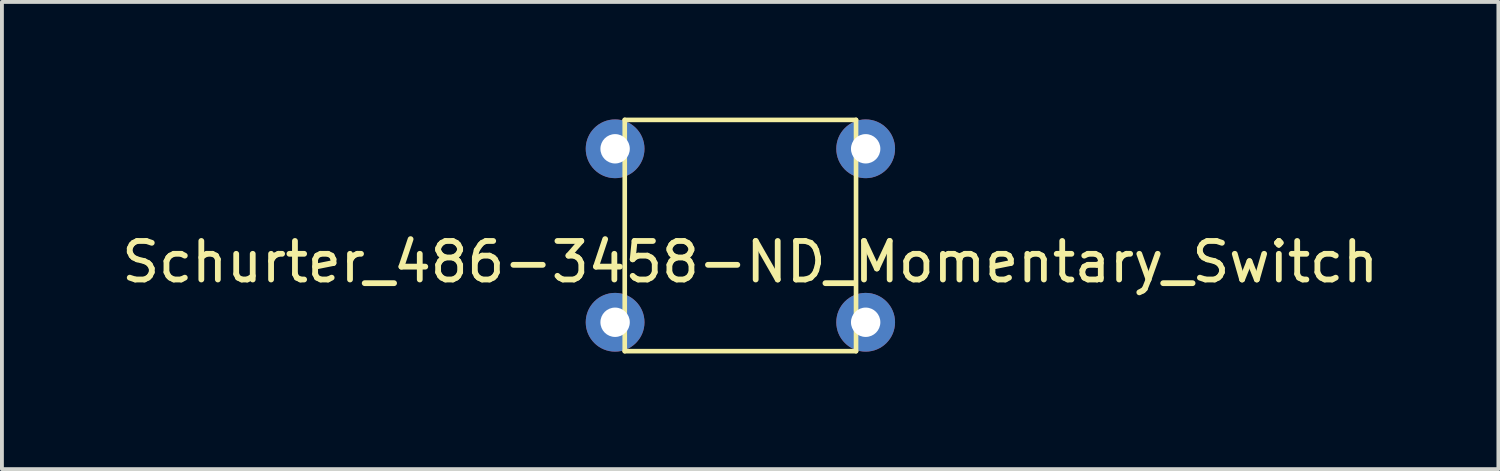
<source format=kicad_pcb>
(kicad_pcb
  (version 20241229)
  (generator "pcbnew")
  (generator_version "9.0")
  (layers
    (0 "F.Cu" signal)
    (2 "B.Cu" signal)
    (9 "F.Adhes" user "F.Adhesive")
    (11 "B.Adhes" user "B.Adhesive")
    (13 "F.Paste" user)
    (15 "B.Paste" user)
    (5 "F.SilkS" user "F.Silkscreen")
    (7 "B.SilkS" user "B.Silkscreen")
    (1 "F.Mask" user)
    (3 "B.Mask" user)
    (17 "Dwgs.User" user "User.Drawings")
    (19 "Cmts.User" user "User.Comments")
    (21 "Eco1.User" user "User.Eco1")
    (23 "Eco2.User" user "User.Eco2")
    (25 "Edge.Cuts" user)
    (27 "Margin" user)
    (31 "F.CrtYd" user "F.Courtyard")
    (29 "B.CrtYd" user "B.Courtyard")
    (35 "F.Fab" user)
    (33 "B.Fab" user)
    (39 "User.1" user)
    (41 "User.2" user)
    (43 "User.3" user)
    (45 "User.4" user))
  (footprint "Schurter_486-3458-ND_Momentary_Switch"
    (layer "F.Cu")
    (at 16.157 3.06)
    (property "Reference" "Schurter_486-3458-ND_Momentary_Switch" (at 0.254 0.686 0) (layer "F.SilkS") (effects (font (size 1 1) (thickness 0.15))))
    (attr through_hole)
    (fp_line (start -3 -3) (end 3 -3) (stroke (width 0.12) (type solid)) (layer "F.SilkS"))
    (fp_line (start -3 3) (end -3 -3) (stroke (width 0.12) (type solid)) (layer "F.SilkS"))
    (fp_line (start 3 -3) (end 3 3) (stroke (width 0.12) (type solid)) (layer "F.SilkS"))
    (fp_line (start 3 3) (end -3 3) (stroke (width 0.12) (type solid)) (layer "F.SilkS"))
    (pad "1" thru_hole circle (at -3.25 2.25) (size 1.524 1.524) (drill 0.762) (layers "*.Cu" "*.Mask"))
    (pad "2" thru_hole circle (at -3.25 -2.25) (size 1.524 1.524) (drill 0.762) (layers "*.Cu" "*.Mask"))
    (pad "3" thru_hole circle (at 3.25 2.25) (size 1.524 1.524) (drill 0.762) (layers "*.Cu" "*.Mask"))
    (pad "4" thru_hole circle (at 3.25 -2.25) (size 1.524 1.524) (drill 0.762) (layers "*.Cu" "*.Mask")))
  (gr_rect
    (start -3 -3)
    (end 35.821 9.12)
    (stroke (width 0.1) (type default))
    (fill no)
    (layer "Edge.Cuts")))
</source>
